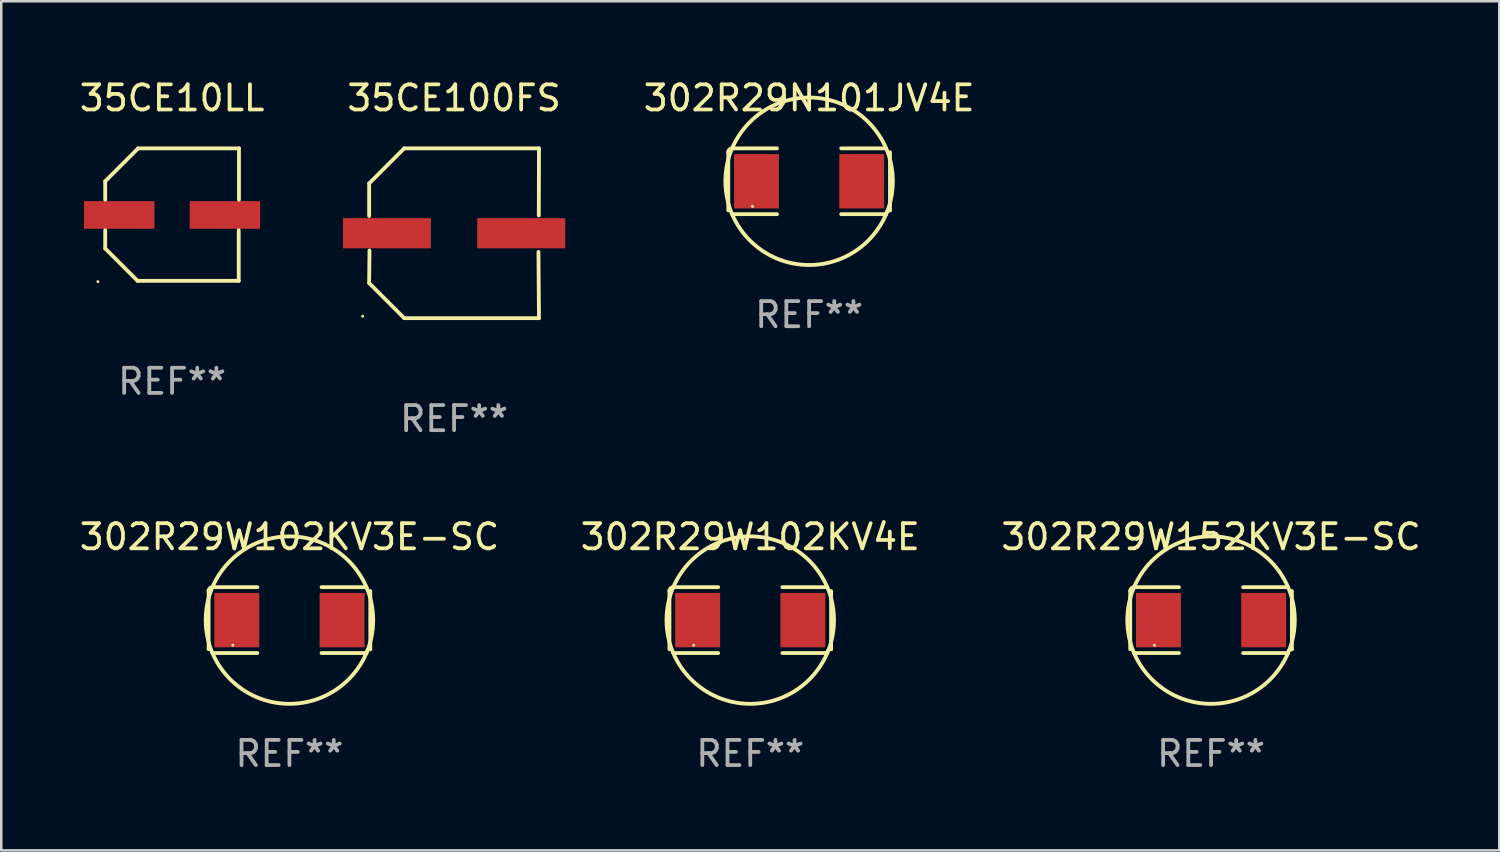
<source format=kicad_pcb>
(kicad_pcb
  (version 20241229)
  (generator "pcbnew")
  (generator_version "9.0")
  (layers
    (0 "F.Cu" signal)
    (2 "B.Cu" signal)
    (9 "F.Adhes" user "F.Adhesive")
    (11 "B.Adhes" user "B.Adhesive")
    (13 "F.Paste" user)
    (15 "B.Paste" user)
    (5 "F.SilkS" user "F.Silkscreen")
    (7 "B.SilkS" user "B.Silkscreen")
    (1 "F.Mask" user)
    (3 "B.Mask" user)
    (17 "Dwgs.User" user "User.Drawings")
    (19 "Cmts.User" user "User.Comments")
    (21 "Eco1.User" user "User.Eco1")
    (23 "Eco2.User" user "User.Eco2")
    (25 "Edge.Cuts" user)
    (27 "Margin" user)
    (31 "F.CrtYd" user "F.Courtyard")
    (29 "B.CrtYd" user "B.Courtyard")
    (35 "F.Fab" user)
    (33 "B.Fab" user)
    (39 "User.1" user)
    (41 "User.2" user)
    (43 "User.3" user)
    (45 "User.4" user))
  (footprint "35CE10LL"
    (layer "F.Cu")
    (at 3.792 5.482)
    (property "Reference" "35CE10LL" (at 0 -4.634 0) (layer "F.SilkS") (effects (font (size 1 1) (thickness 0.15))))
    (attr through_hole)
    (fp_line (start -2.659 -1.326) (end -2.659 -0.592) (stroke (width 0.152) (type solid)) (layer "F.SilkS"))
    (fp_line (start -2.659 1.346) (end -2.659 0.622) (stroke (width 0.152) (type solid)) (layer "F.SilkS"))
    (fp_line (start -1.372 2.634) (end -2.659 1.346) (stroke (width 0.152) (type solid)) (layer "F.SilkS"))
    (fp_line (start -1.349 -2.634) (end -2.659 -1.326) (stroke (width 0.152) (type solid)) (layer "F.SilkS"))
    (fp_line (start 2.649 0.622) (end 2.649 2.634) (stroke (width 0.152) (type solid)) (layer "F.SilkS"))
    (fp_line (start 2.649 2.634) (end -1.372 2.634) (stroke (width 0.152) (type solid)) (layer "F.SilkS"))
    (fp_line (start 2.659 -2.634) (end -1.349 -2.634) (stroke (width 0.152) (type solid)) (layer "F.SilkS"))
    (fp_line (start 2.659 -0.592) (end 2.659 -2.634) (stroke (width 0.152) (type solid)) (layer "F.SilkS"))
    (fp_circle (center -2.95 2.665) (end -2.92 2.665) (stroke (width 0.06) (type solid)) (fill no) (layer "F.SilkS"))
    (fp_text user "REF**" (at 0 6.634 0) (layer "F.Fab") (effects (font (size 1 1) (thickness 0.15))))
    (pad "1" smd rect (at -2.1 0.015) (size 2.8 1.1) (layers "F.Cu" "F.Mask" "F.Paste"))
    (pad "2" smd rect (at 2.1 0.015) (size 2.8 1.1) (layers "F.Cu" "F.Mask" "F.Paste")))
  (footprint "302R29W152KV3E-SC"
    (layer "F.Cu")
    (at 45.101 21.605)
    (property "Reference" "302R29W152KV3E-SC" (at 0 -3.309 0) (layer "F.SilkS") (effects (font (size 1 1) (thickness 0.15))))
    (attr through_hole)
    (fp_line (start -3.214 -1.156) (end -3.214 1.156) (stroke (width 0.152) (type solid)) (layer "F.SilkS"))
    (fp_line (start -3.061 1.309) (end -1.276 1.309) (stroke (width 0.152) (type solid)) (layer "F.SilkS"))
    (fp_line (start -1.276 -1.309) (end -3.061 -1.309) (stroke (width 0.152) (type solid)) (layer "F.SilkS"))
    (fp_line (start 1.276 -1.309) (end 3.061 -1.309) (stroke (width 0.152) (type solid)) (layer "F.SilkS"))
    (fp_line (start 3.061 1.309) (end 1.276 1.309) (stroke (width 0.152) (type solid)) (layer "F.SilkS"))
    (fp_line (start 3.214 -1.156) (end 3.214 1.156) (stroke (width 0.152) (type solid)) (layer "F.SilkS"))
    (fp_arc (start -3.21359 -1.15621) (mid -3.168953 -1.263974) (end -3.061189 -1.308611) (stroke (width 0.1524) (type solid)) (layer "F.SilkS"))
    (fp_arc (start 3.061188 1.308611) (mid 3.105825 1.200847) (end 3.213589 1.15621) (stroke (width 0.1524) (type solid)) (layer "F.SilkS"))
    (fp_arc (start 3.061189 -1.308611) (mid -3.061167 1.308589) (end 3.061189 -1.308611) (stroke (width 0.1524) (type solid)) (layer "F.SilkS"))
    (fp_circle (center -2.25 1) (end -2.22 1) (stroke (width 0.06) (type solid)) (fill no) (layer "F.SilkS"))
    (fp_text user "REF**" (at 0 5.309 0) (layer "F.Fab") (effects (font (size 1 1) (thickness 0.15))))
    (pad "1" smd rect (at -2.092 0) (size 1.785 2.16) (layers "F.Cu" "F.Mask" "F.Paste"))
    (pad "2" smd rect (at 2.092 0) (size 1.785 2.16) (layers "F.Cu" "F.Mask" "F.Paste")))
  (footprint "35CE100FS"
    (layer "F.Cu")
    (at 15.003 6.224)
    (property "Reference" "35CE100FS" (at 0 -5.376 0) (layer "F.SilkS") (effects (font (size 1 1) (thickness 0.15))))
    (attr through_hole)
    (fp_line (start -3.376 -1.98) (end -3.376 -0.686) (stroke (width 0.152) (type solid)) (layer "F.SilkS"))
    (fp_line (start -3.376 1.981) (end -3.362 0.686) (stroke (width 0.152) (type solid)) (layer "F.SilkS"))
    (fp_line (start -1.981 3.376) (end -3.376 1.981) (stroke (width 0.152) (type solid)) (layer "F.SilkS"))
    (fp_line (start -1.98 -3.376) (end -3.376 -1.98) (stroke (width 0.152) (type solid)) (layer "F.SilkS"))
    (fp_line (start 3.356 0.74) (end 3.376 3.376) (stroke (width 0.152) (type solid)) (layer "F.SilkS"))
    (fp_line (start 3.369 -0.707) (end 3.376 -3.376) (stroke (width 0.152) (type solid)) (layer "F.SilkS"))
    (fp_line (start 3.376 3.376) (end -1.981 3.376) (stroke (width 0.152) (type solid)) (layer "F.SilkS"))
    (fp_line (start 3.376 -3.376) (end -1.98 -3.376) (stroke (width 0.152) (type solid)) (layer "F.SilkS"))
    (fp_circle (center -3.634 3.3) (end -3.604 3.3) (stroke (width 0.06) (type solid)) (fill no) (layer "F.SilkS"))
    (fp_text user "REF**" (at 0 7.376 0) (layer "F.Fab") (effects (font (size 1 1) (thickness 0.15))))
    (pad "1" smd rect (at -2.67 0.000254) (size 3.5 1.2) (layers "F.Cu" "F.Mask" "F.Paste"))
    (pad "2" smd rect (at 2.67 0.000254) (size 3.5 1.2) (layers "F.Cu" "F.Mask" "F.Paste")))
  (footprint "302R29W102KV4E"
    (layer "F.Cu")
    (at 26.78 21.605)
    (property "Reference" "302R29W102KV4E" (at 0 -3.309 0) (layer "F.SilkS") (effects (font (size 1 1) (thickness 0.15))))
    (attr through_hole)
    (fp_line (start -3.214 -1.156) (end -3.214 1.156) (stroke (width 0.152) (type solid)) (layer "F.SilkS"))
    (fp_line (start -3.061 1.309) (end -1.276 1.309) (stroke (width 0.152) (type solid)) (layer "F.SilkS"))
    (fp_line (start -1.276 -1.309) (end -3.061 -1.309) (stroke (width 0.152) (type solid)) (layer "F.SilkS"))
    (fp_line (start 1.276 -1.309) (end 3.061 -1.309) (stroke (width 0.152) (type solid)) (layer "F.SilkS"))
    (fp_line (start 3.061 1.309) (end 1.276 1.309) (stroke (width 0.152) (type solid)) (layer "F.SilkS"))
    (fp_line (start 3.214 -1.156) (end 3.214 1.156) (stroke (width 0.152) (type solid)) (layer "F.SilkS"))
    (fp_arc (start -3.21359 -1.15621) (mid -3.168953 -1.263974) (end -3.061189 -1.308611) (stroke (width 0.1524) (type solid)) (layer "F.SilkS"))
    (fp_arc (start 3.061188 1.308611) (mid 3.105825 1.200847) (end 3.213589 1.15621) (stroke (width 0.1524) (type solid)) (layer "F.SilkS"))
    (fp_arc (start 3.061189 -1.308611) (mid -3.061167 1.308589) (end 3.061189 -1.308611) (stroke (width 0.1524) (type solid)) (layer "F.SilkS"))
    (fp_circle (center -2.25 1) (end -2.22 1) (stroke (width 0.06) (type solid)) (fill no) (layer "F.SilkS"))
    (fp_text user "REF**" (at 0 5.309 0) (layer "F.Fab") (effects (font (size 1 1) (thickness 0.15))))
    (pad "1" smd rect (at -2.092 0) (size 1.785 2.16) (layers "F.Cu" "F.Mask" "F.Paste"))
    (pad "2" smd rect (at 2.092 0) (size 1.785 2.16) (layers "F.Cu" "F.Mask" "F.Paste")))
  (footprint "302R29N101JV4E"
    (layer "F.Cu")
    (at 29.12 4.157)
    (property "Reference" "302R29N101JV4E" (at 0 -3.309 0) (layer "F.SilkS") (effects (font (size 1 1) (thickness 0.15))))
    (attr through_hole)
    (fp_line (start -3.214 -1.156) (end -3.214 1.156) (stroke (width 0.152) (type solid)) (layer "F.SilkS"))
    (fp_line (start -3.061 1.309) (end -1.276 1.309) (stroke (width 0.152) (type solid)) (layer "F.SilkS"))
    (fp_line (start -1.276 -1.309) (end -3.061 -1.309) (stroke (width 0.152) (type solid)) (layer "F.SilkS"))
    (fp_line (start 1.276 -1.309) (end 3.061 -1.309) (stroke (width 0.152) (type solid)) (layer "F.SilkS"))
    (fp_line (start 3.061 1.309) (end 1.276 1.309) (stroke (width 0.152) (type solid)) (layer "F.SilkS"))
    (fp_line (start 3.214 -1.156) (end 3.214 1.156) (stroke (width 0.152) (type solid)) (layer "F.SilkS"))
    (fp_arc (start -3.21359 -1.15621) (mid -3.168953 -1.263974) (end -3.061189 -1.308611) (stroke (width 0.1524) (type solid)) (layer "F.SilkS"))
    (fp_arc (start 3.061188 1.308611) (mid 3.105825 1.200847) (end 3.213589 1.15621) (stroke (width 0.1524) (type solid)) (layer "F.SilkS"))
    (fp_arc (start 3.061189 -1.308611) (mid -3.061167 1.308589) (end 3.061189 -1.308611) (stroke (width 0.1524) (type solid)) (layer "F.SilkS"))
    (fp_circle (center -2.25 1) (end -2.22 1) (stroke (width 0.06) (type solid)) (fill no) (layer "F.SilkS"))
    (fp_text user "REF**" (at 0 5.309 0) (layer "F.Fab") (effects (font (size 1 1) (thickness 0.15))))
    (pad "1" smd rect (at -2.092 0) (size 1.785 2.16) (layers "F.Cu" "F.Mask" "F.Paste"))
    (pad "2" smd rect (at 2.092 0) (size 1.785 2.16) (layers "F.Cu" "F.Mask" "F.Paste")))
  (footprint "302R29W102KV3E-SC"
    (layer "F.Cu")
    (at 8.458 21.605)
    (property "Reference" "302R29W102KV3E-SC" (at 0 -3.309 0) (layer "F.SilkS") (effects (font (size 1 1) (thickness 0.15))))
    (attr through_hole)
    (fp_line (start -3.214 -1.156) (end -3.214 1.156) (stroke (width 0.152) (type solid)) (layer "F.SilkS"))
    (fp_line (start -3.061 1.309) (end -1.276 1.309) (stroke (width 0.152) (type solid)) (layer "F.SilkS"))
    (fp_line (start -1.276 -1.309) (end -3.061 -1.309) (stroke (width 0.152) (type solid)) (layer "F.SilkS"))
    (fp_line (start 1.276 -1.309) (end 3.061 -1.309) (stroke (width 0.152) (type solid)) (layer "F.SilkS"))
    (fp_line (start 3.061 1.309) (end 1.276 1.309) (stroke (width 0.152) (type solid)) (layer "F.SilkS"))
    (fp_line (start 3.214 -1.156) (end 3.214 1.156) (stroke (width 0.152) (type solid)) (layer "F.SilkS"))
    (fp_arc (start -3.21359 -1.15621) (mid -3.168953 -1.263974) (end -3.061189 -1.308611) (stroke (width 0.1524) (type solid)) (layer "F.SilkS"))
    (fp_arc (start 3.061188 1.308611) (mid 3.105825 1.200847) (end 3.213589 1.15621) (stroke (width 0.1524) (type solid)) (layer "F.SilkS"))
    (fp_arc (start 3.061189 -1.308611) (mid -3.061167 1.308589) (end 3.061189 -1.308611) (stroke (width 0.1524) (type solid)) (layer "F.SilkS"))
    (fp_circle (center -2.25 1) (end -2.22 1) (stroke (width 0.06) (type solid)) (fill no) (layer "F.SilkS"))
    (fp_text user "REF**" (at 0 5.309 0) (layer "F.Fab") (effects (font (size 1 1) (thickness 0.15))))
    (pad "1" smd rect (at -2.092 0) (size 1.785 2.16) (layers "F.Cu" "F.Mask" "F.Paste"))
    (pad "2" smd rect (at 2.092 0) (size 1.785 2.16) (layers "F.Cu" "F.Mask" "F.Paste")))
  (gr_rect
    (start -3 -3)
    (end 56.56 30.762)
    (stroke (width 0.1) (type default))
    (fill no)
    (layer "Edge.Cuts")))
</source>
